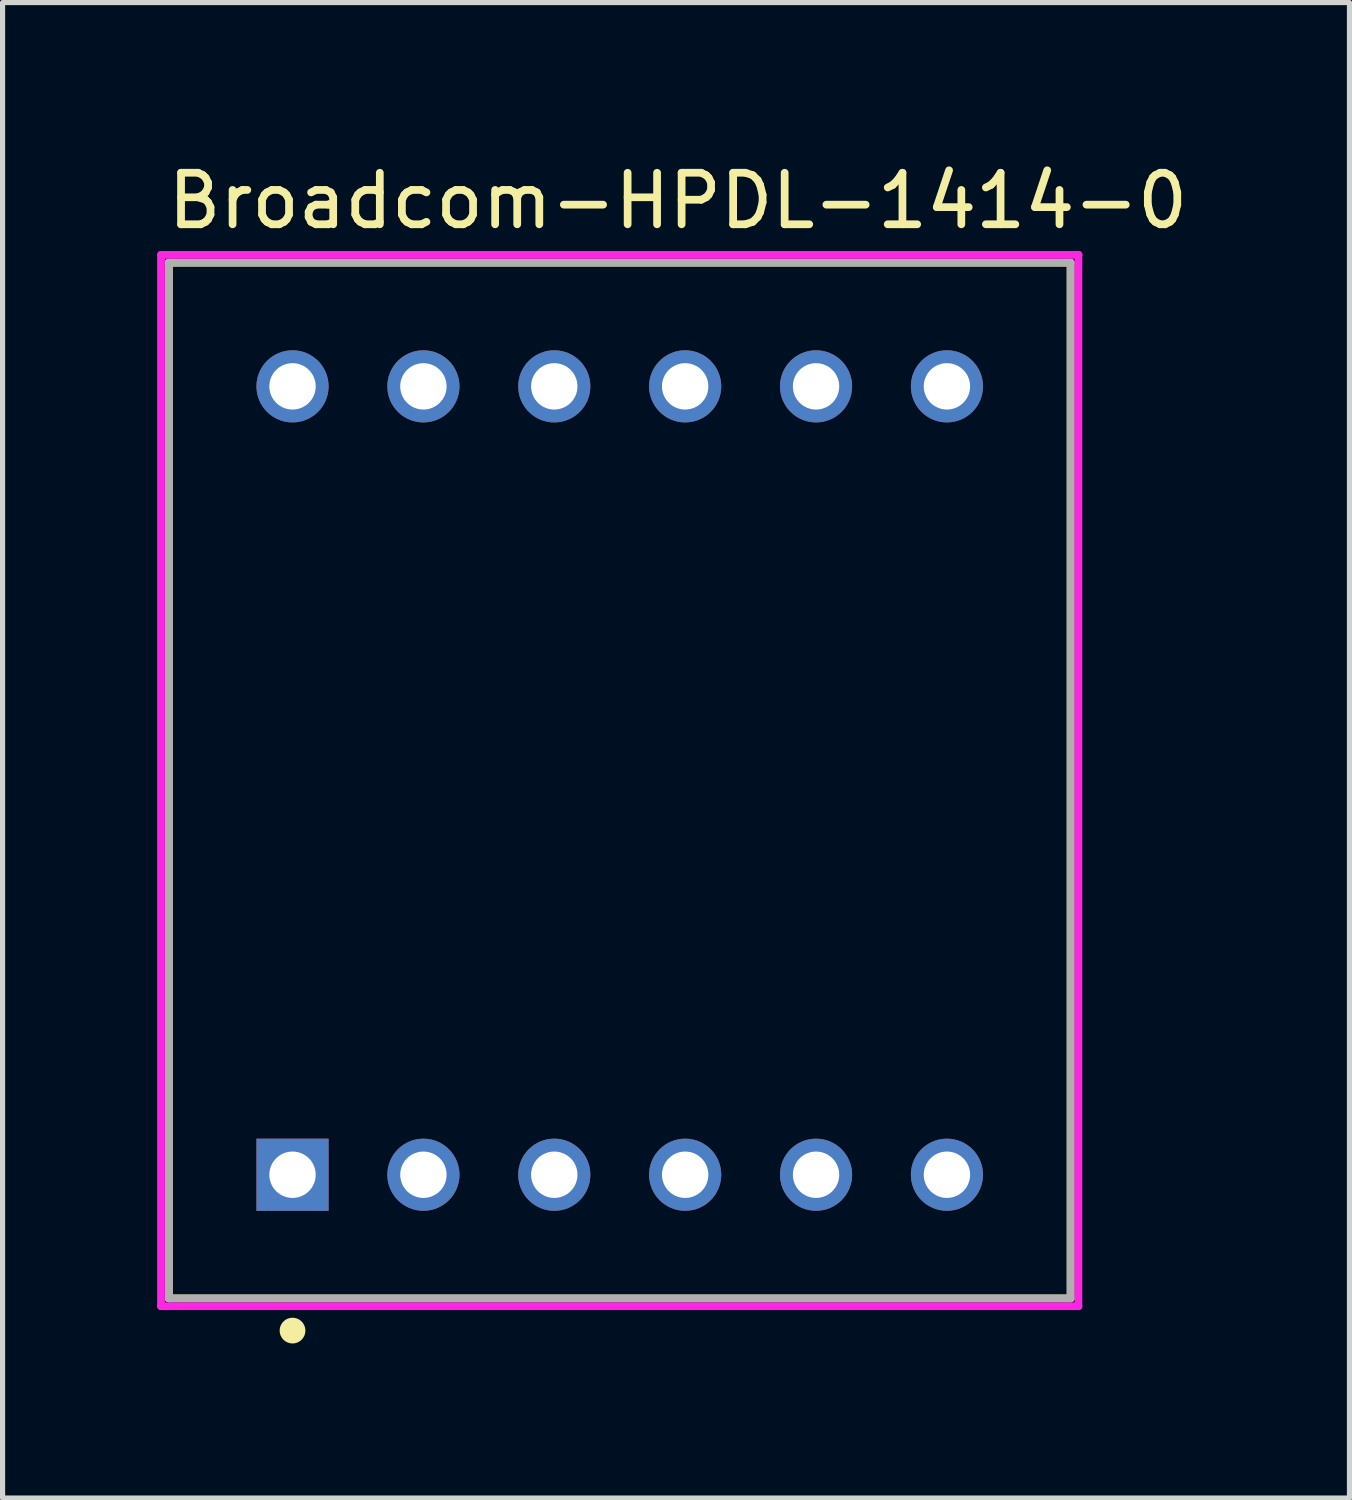
<source format=kicad_pcb>
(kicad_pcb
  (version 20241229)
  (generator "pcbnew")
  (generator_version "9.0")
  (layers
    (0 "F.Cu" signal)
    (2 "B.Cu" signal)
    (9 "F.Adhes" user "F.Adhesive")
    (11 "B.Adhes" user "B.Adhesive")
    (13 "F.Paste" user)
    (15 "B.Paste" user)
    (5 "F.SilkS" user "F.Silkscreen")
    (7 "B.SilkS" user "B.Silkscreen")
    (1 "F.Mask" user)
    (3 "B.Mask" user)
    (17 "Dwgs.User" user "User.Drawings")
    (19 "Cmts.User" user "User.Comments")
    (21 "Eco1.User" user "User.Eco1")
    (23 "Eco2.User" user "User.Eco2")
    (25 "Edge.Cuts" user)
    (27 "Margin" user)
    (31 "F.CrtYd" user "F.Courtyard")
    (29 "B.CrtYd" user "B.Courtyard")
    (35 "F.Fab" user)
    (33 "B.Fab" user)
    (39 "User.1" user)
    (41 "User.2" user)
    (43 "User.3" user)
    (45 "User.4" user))
  (footprint "Broadcom-HPDL-1414-0"
    (layer "F.Cu")
    (at 8.977 12.098)
    (property "Reference" "Broadcom-HPDL-1414-0" (at -8.85 -11.25 0) (layer "F.SilkS") (effects (font (size 1 1) (thickness 0.15)) (justify left)))
    (attr through_hole)
    (fp_line (start -8.75 -10.05) (end 8.75 -10.05) (stroke (width 0.15) (type solid)) (layer "F.SilkS"))
    (fp_line (start -8.75 10.05) (end -8.75 -10.05) (stroke (width 0.15) (type solid)) (layer "F.SilkS"))
    (fp_line (start 8.75 -10.05) (end 8.75 10.05) (stroke (width 0.15) (type solid)) (layer "F.SilkS"))
    (fp_line (start 8.75 10.05) (end -8.75 10.05) (stroke (width 0.15) (type solid)) (layer "F.SilkS"))
    (fp_circle (center -6.35 10.675) (end -6.225 10.675) (stroke (width 0.25) (type solid)) (fill no) (layer "F.SilkS"))
    (fp_line (start -8.902 -10.202) (end -8.902 10.202) (stroke (width 0.15) (type solid)) (layer "F.CrtYd"))
    (fp_line (start -8.902 10.202) (end 8.902 10.202) (stroke (width 0.15) (type solid)) (layer "F.CrtYd"))
    (fp_line (start 8.902 -10.202) (end -8.902 -10.202) (stroke (width 0.15) (type solid)) (layer "F.CrtYd"))
    (fp_line (start 8.902 -10.202) (end 8.902 -10.202) (stroke (width 0.15) (type solid)) (layer "F.CrtYd"))
    (fp_line (start 8.902 10.202) (end 8.902 -10.202) (stroke (width 0.15) (type solid)) (layer "F.CrtYd"))
    (fp_line (start -8.75 -10.05) (end 8.75 -10.05) (stroke (width 0.15) (type solid)) (layer "F.Fab"))
    (fp_line (start -8.75 10.05) (end -8.75 -10.05) (stroke (width 0.15) (type solid)) (layer "F.Fab"))
    (fp_line (start 8.75 -10.05) (end 8.75 10.05) (stroke (width 0.15) (type solid)) (layer "F.Fab"))
    (fp_line (start 8.75 10.05) (end -8.75 10.05) (stroke (width 0.15) (type solid)) (layer "F.Fab"))
    (pad "1" thru_hole rect (at -6.35 7.65) (size 1.4 1.4) (drill 0.9) (layers "*.Cu"))
    (pad "2" thru_hole circle (at -3.81 7.65) (size 1.4 1.4) (drill 0.9) (layers "*.Cu"))
    (pad "3" thru_hole circle (at -1.27 7.65) (size 1.4 1.4) (drill 0.9) (layers "*.Cu"))
    (pad "4" thru_hole circle (at 1.27 7.65) (size 1.4 1.4) (drill 0.9) (layers "*.Cu"))
    (pad "5" thru_hole circle (at 3.81 7.65) (size 1.4 1.4) (drill 0.9) (layers "*.Cu"))
    (pad "6" thru_hole circle (at 6.35 7.65) (size 1.4 1.4) (drill 0.9) (layers "*.Cu"))
    (pad "7" thru_hole circle (at 6.35 -7.65) (size 1.4 1.4) (drill 0.9) (layers "*.Cu"))
    (pad "8" thru_hole circle (at 3.81 -7.65) (size 1.4 1.4) (drill 0.9) (layers "*.Cu"))
    (pad "9" thru_hole circle (at 1.27 -7.65) (size 1.4 1.4) (drill 0.9) (layers "*.Cu"))
    (pad "10" thru_hole circle (at -1.27 -7.65) (size 1.4 1.4) (drill 0.9) (layers "*.Cu"))
    (pad "11" thru_hole circle (at -3.81 -7.65) (size 1.4 1.4) (drill 0.9) (layers "*.Cu"))
    (pad "12" thru_hole circle (at -6.35 -7.65) (size 1.4 1.4) (drill 0.9) (layers "*.Cu")))
  (gr_rect
    (start -3 -3)
    (end 23.139 26.023)
    (stroke (width 0.1) (type default))
    (fill no)
    (layer "Edge.Cuts")))
</source>
